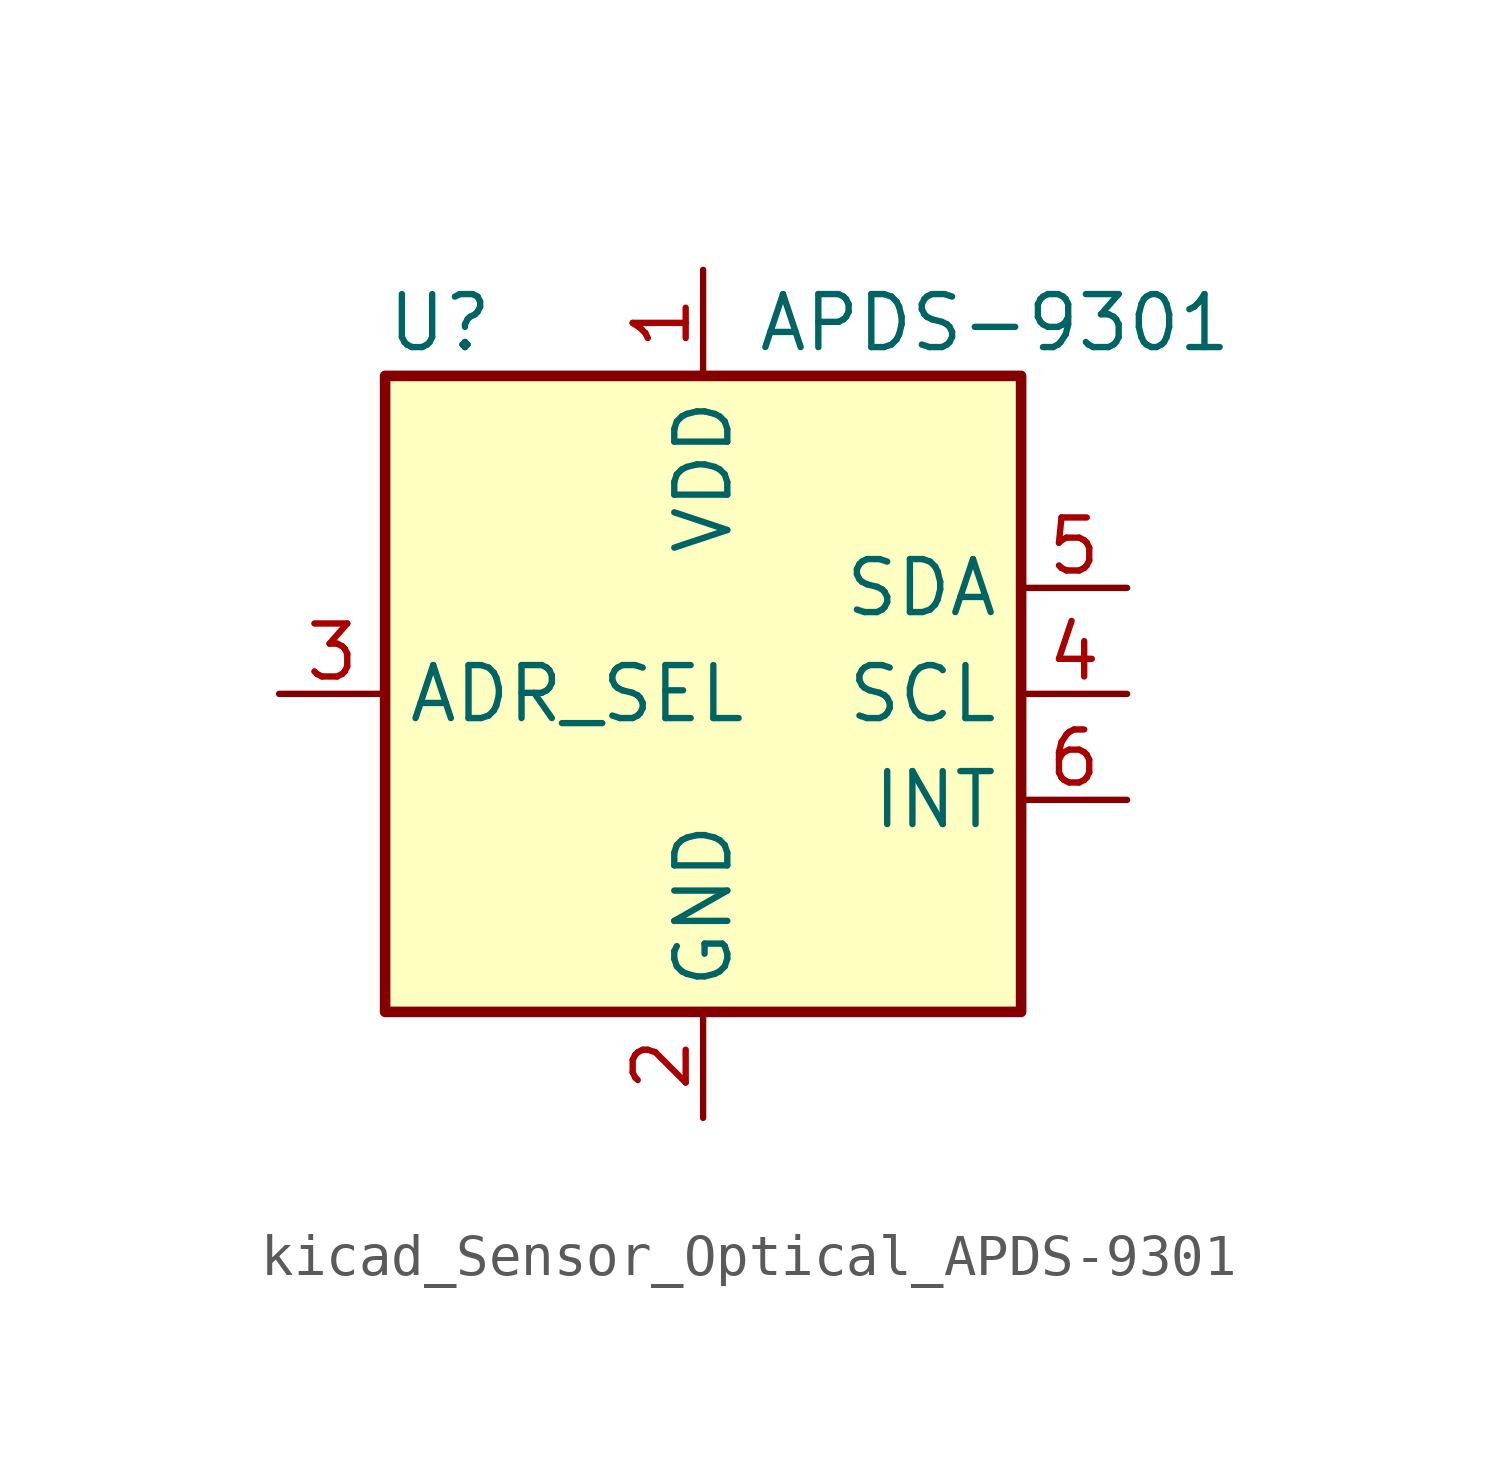
<source format=kicad_sym>
(kicad_symbol_lib
  (version 20220914)
  (generator kicad_symbol_editor)
  (symbol "kicad_Sensor_Optical_APDS-9301"
    (property "Reference" "U"
      (at -7.62 8.89 0)
      (effects (font (size 1.27 1.27)) (justify left)))
    (property "Value" "APDS-9301"
      (at 1.27 8.89 0)
      (effects (font (size 1.27 1.27)) (justify left)))
    (symbol "kicad_Sensor_Optical_APDS-9301_0_1"
      (rectangle (start -7.62 7.62) (end 7.62 -7.62) (stroke (width 0.254) (type default)) (fill (type background))))
    (symbol "kicad_Sensor_Optical_APDS-9301_1_1"
      (pin power_in line (at 0 10.16 270) (length 2.54) (name "VDD" (effects (font (size 1.27 1.27)))) (number "1" (effects (font (size 1.27 1.27)))))
      (pin power_in line (at 0 -10.16 90) (length 2.54) (name "GND" (effects (font (size 1.27 1.27)))) (number "2" (effects (font (size 1.27 1.27)))))
      (pin input line (at -10.16 0 0) (length 2.54) (name "ADR_SEL" (effects (font (size 1.27 1.27)))) (number "3" (effects (font (size 1.27 1.27)))))
      (pin input line (at 10.16 0 180) (length 2.54) (name "SCL" (effects (font (size 1.27 1.27)))) (number "4" (effects (font (size 1.27 1.27)))))
      (pin bidirectional line (at 10.16 2.54 180) (length 2.54) (name "SDA" (effects (font (size 1.27 1.27)))) (number "5" (effects (font (size 1.27 1.27)))))
      (pin open_collector line (at 10.16 -2.54 180) (length 2.54) (name "INT" (effects (font (size 1.27 1.27)))) (number "6" (effects (font (size 1.27 1.27))))))))
</source>
